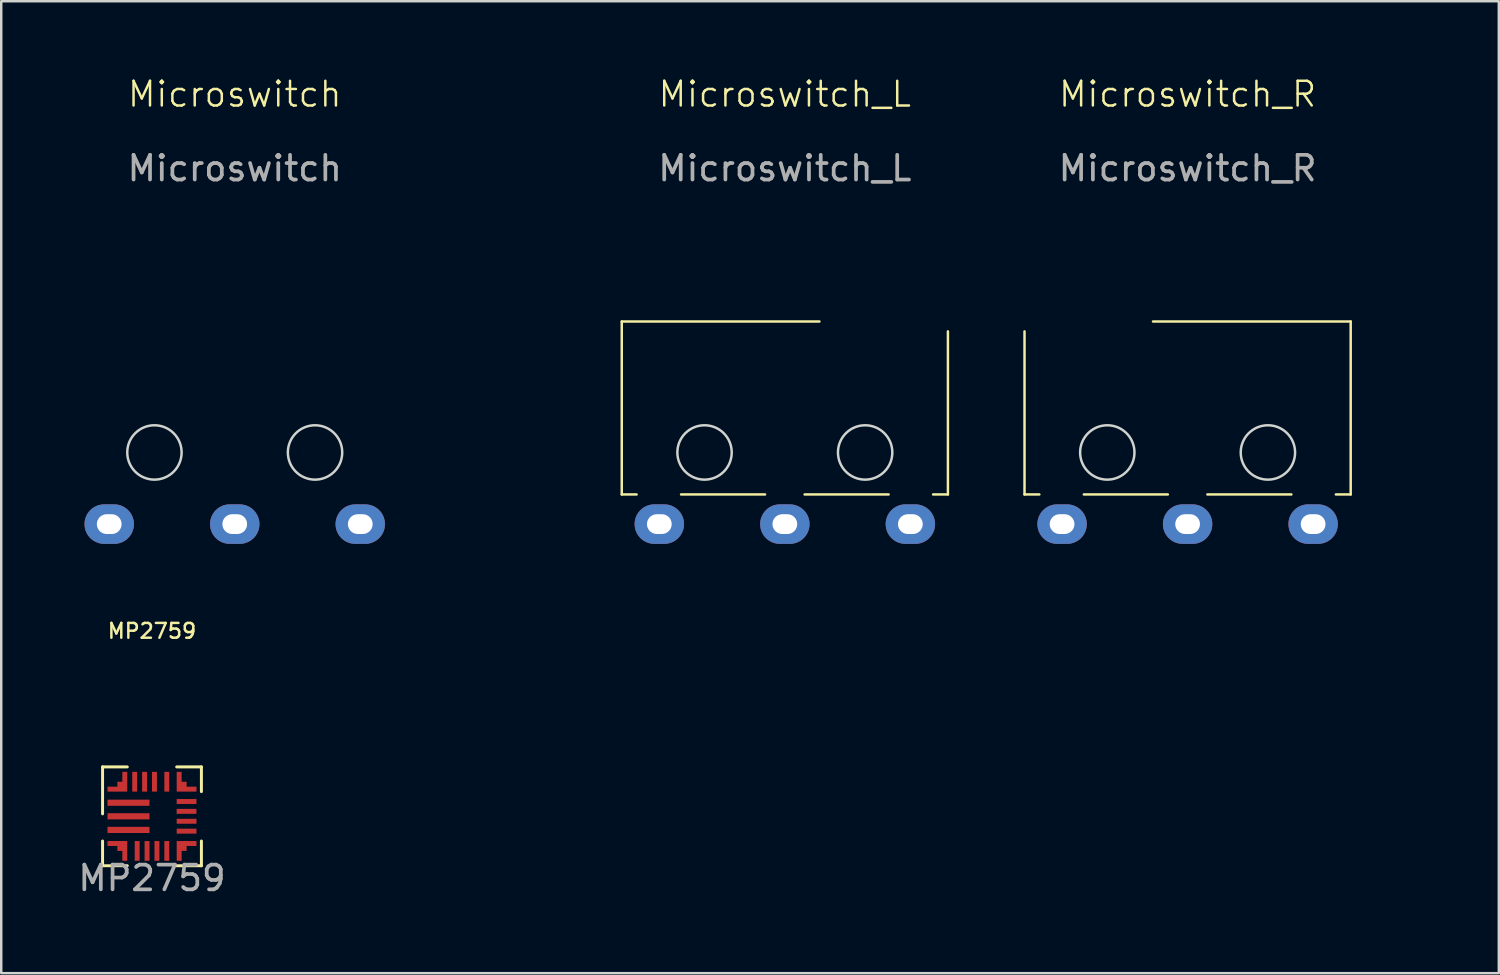
<source format=kicad_pcb>
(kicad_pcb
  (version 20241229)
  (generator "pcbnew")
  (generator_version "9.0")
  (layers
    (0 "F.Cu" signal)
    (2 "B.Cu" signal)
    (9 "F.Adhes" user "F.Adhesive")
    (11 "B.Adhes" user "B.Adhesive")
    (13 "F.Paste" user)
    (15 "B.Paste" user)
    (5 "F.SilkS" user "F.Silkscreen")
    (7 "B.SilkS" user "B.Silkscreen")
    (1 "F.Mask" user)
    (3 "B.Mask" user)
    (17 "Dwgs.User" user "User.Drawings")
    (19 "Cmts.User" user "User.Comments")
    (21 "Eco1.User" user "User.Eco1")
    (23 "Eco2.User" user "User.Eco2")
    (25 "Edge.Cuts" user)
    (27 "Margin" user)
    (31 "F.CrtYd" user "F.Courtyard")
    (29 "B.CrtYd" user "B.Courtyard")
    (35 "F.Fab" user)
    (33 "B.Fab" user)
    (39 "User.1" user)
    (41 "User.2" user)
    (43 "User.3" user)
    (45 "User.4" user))
  (footprint "Microswitch_R"
    (layer "F.Cu")
    (at 45.013 10.161)
    (property "Reference" "Microswitch_R" (at 0 -9.4 0) (unlocked yes) (layer "F.SilkS") (effects (font (size 1 1) (thickness 0.1))))
    (attr through_hole)
    (fp_line (start -6.6 0.2) (end -6.6 6.8) (stroke (width 0.1) (type default)) (layer "F.SilkS"))
    (fp_line (start -6 6.8) (end -6.6 6.8) (stroke (width 0.1) (type default)) (layer "F.SilkS"))
    (fp_line (start -4.2 6.8) (end -0.8 6.8) (stroke (width 0.1) (type default)) (layer "F.SilkS"))
    (fp_line (start -1.4 -0.2) (end 6.6 -0.2) (stroke (width 0.1) (type default)) (layer "F.SilkS"))
    (fp_line (start 0.8 6.8) (end 4.2 6.8) (stroke (width 0.1) (type default)) (layer "F.SilkS"))
    (fp_line (start 6.6 -0.2) (end 6.6 6.8) (stroke (width 0.1) (type default)) (layer "F.SilkS"))
    (fp_line (start 6.6 6.8) (end 6 6.8) (stroke (width 0.1) (type default)) (layer "F.SilkS"))
    (fp_line (start -6.4 0) (end 6.4 0) (stroke (width 0.1) (type default)) (layer "Eco1.User"))
    (fp_line (start -6.4 6.6) (end -6.4 0) (stroke (width 0.1) (type default)) (layer "Eco1.User"))
    (fp_line (start -6.4 6.6) (end 6.4 6.6) (stroke (width 0.1) (type default)) (layer "Eco1.User"))
    (fp_line (start -5.8 -0.2) (end 7.8 -2.8) (stroke (width 0.1) (type default)) (layer "Eco1.User"))
    (fp_line (start -2.6 -0.4) (end -2.6 0) (stroke (width 0.1) (type default)) (layer "Eco1.User"))
    (fp_line (start -1.95 -0.4) (end -1.95 0) (stroke (width 0.1) (type default)) (layer "Eco1.User"))
    (fp_line (start 6.4 6.6) (end 6.4 0) (stroke (width 0.1) (type default)) (layer "Eco1.User"))
    (fp_line (start 7.8 -2.8) (end 8 -3.8) (stroke (width 0.1) (type default)) (layer "Eco1.User"))
    (fp_arc (start -5.882842 0) (mid -5.861312 -0.108239) (end -5.799999 -0.199999) (stroke (width 0.1) (type default)) (layer "Eco1.User"))
    (fp_arc (start -2.6 -0.4) (mid -2.275 -0.725) (end -1.95 -0.4) (stroke (width 0.1) (type default)) (layer "Eco1.User"))
    (fp_arc (start 8 -3.8) (mid 8.744422 -4.292699) (end 9.544208 -3.896139) (stroke (width 0.1) (type default)) (layer "Eco1.User"))
    (fp_circle (center -3.25 5.1) (end -2.25 5.1) (stroke (width 0.1) (type default)) (fill no) (layer "Eco1.User"))
    (fp_circle (center 3.25 5.1) (end 4.25 5.1) (stroke (width 0.1) (type default)) (fill no) (layer "Eco1.User"))
    (fp_circle (center -3.25 5.1) (end -2.15 5.1) (stroke (width 0.1) (type default)) (fill no) (layer "Edge.Cuts"))
    (fp_circle (center 3.25 5.1) (end 4.35 5.1) (stroke (width 0.1) (type default)) (fill no) (layer "Edge.Cuts"))
    (fp_text user "${REFERENCE}" (at 0 -6.4 0) (unlocked yes) (layer "F.Fab") (effects (font (size 1 1) (thickness 0.15))))
    (pad "1" thru_hole oval (at 0 8) (size 2 1.6) (drill oval 1 0.8) (layers "*.Cu" "*.Mask"))
    (pad "2" thru_hole oval (at -5.08 8) (size 2 1.6) (drill oval 1 0.8) (layers "*.Cu" "*.Mask"))
    (pad "3" thru_hole oval (at 5.08 8) (size 2 1.6) (drill oval 1 0.8) (layers "*.Cu" "*.Mask")))
  (footprint "Microswitch_L"
    (layer "F.Cu")
    (at 28.713 10.161)
    (property "Reference" "Microswitch_L" (at 0 -9.4 0) (unlocked yes) (layer "F.SilkS") (effects (font (size 1 1) (thickness 0.1))))
    (attr through_hole)
    (fp_line (start -6.6 -0.2) (end -6.6 6.8) (stroke (width 0.1) (type default)) (layer "F.SilkS"))
    (fp_line (start -6.6 -0.2) (end 1.4 -0.2) (stroke (width 0.1) (type default)) (layer "F.SilkS"))
    (fp_line (start -6 6.8) (end -6.6 6.8) (stroke (width 0.1) (type default)) (layer "F.SilkS"))
    (fp_line (start -4.2 6.8) (end -0.8 6.8) (stroke (width 0.1) (type default)) (layer "F.SilkS"))
    (fp_line (start 0.8 6.8) (end 4.2 6.8) (stroke (width 0.1) (type default)) (layer "F.SilkS"))
    (fp_line (start 6.6 0.2) (end 6.6 6.8) (stroke (width 0.1) (type default)) (layer "F.SilkS"))
    (fp_line (start 6.6 6.8) (end 6 6.8) (stroke (width 0.1) (type default)) (layer "F.SilkS"))
    (fp_line (start -7.875 -2.8) (end -8.075 -3.8) (stroke (width 0.1) (type default)) (layer "Eco1.User"))
    (fp_line (start -6.4 0) (end 6.4 0) (stroke (width 0.1) (type default)) (layer "Eco1.User"))
    (fp_line (start -6.4 6.6) (end -6.4 0) (stroke (width 0.1) (type default)) (layer "Eco1.User"))
    (fp_line (start -6.4 6.6) (end 6.4 6.6) (stroke (width 0.1) (type default)) (layer "Eco1.User"))
    (fp_line (start 1.875 -0.4) (end 1.875 0) (stroke (width 0.1) (type default)) (layer "Eco1.User"))
    (fp_line (start 2.525 -0.4) (end 2.525 0) (stroke (width 0.1) (type default)) (layer "Eco1.User"))
    (fp_line (start 5.725 -0.2) (end -7.875 -2.8) (stroke (width 0.1) (type default)) (layer "Eco1.User"))
    (fp_line (start 6.4 6.6) (end 6.4 0) (stroke (width 0.1) (type default)) (layer "Eco1.User"))
    (fp_arc (start -9.619208 -3.896139) (mid -8.819422 -4.292698) (end -8.075 -3.8) (stroke (width 0.1) (type default)) (layer "Eco1.User"))
    (fp_arc (start 1.875 -0.4) (mid 2.2 -0.725) (end 2.525 -0.4) (stroke (width 0.1) (type default)) (layer "Eco1.User"))
    (fp_arc (start 5.724999 -0.199999) (mid 5.786312 -0.108239) (end 5.807842 0) (stroke (width 0.1) (type default)) (layer "Eco1.User"))
    (fp_circle (center -3.25 5.1) (end -2.25 5.1) (stroke (width 0.1) (type default)) (fill no) (layer "Eco1.User"))
    (fp_circle (center 3.25 5.1) (end 4.25 5.1) (stroke (width 0.1) (type default)) (fill no) (layer "Eco1.User"))
    (fp_circle (center -3.25 5.1) (end -2.15 5.1) (stroke (width 0.1) (type default)) (fill no) (layer "Edge.Cuts"))
    (fp_circle (center 3.25 5.1) (end 4.35 5.1) (stroke (width 0.1) (type default)) (fill no) (layer "Edge.Cuts"))
    (fp_text user "${REFERENCE}" (at 0 -6.4 0) (unlocked yes) (layer "F.Fab") (effects (font (size 1 1) (thickness 0.15))))
    (pad "1" thru_hole oval (at 0 8) (size 2 1.6) (drill oval 1 0.8) (layers "*.Cu" "*.Mask"))
    (pad "2" thru_hole oval (at 5.08 8) (size 2 1.6) (drill oval 1 0.8) (layers "*.Cu" "*.Mask"))
    (pad "3" thru_hole oval (at -5.08 8) (size 2 1.6) (drill oval 1 0.8) (layers "*.Cu" "*.Mask")))
  (footprint "MP2759"
    (layer "F.Cu")
    (at 3.101 29.987)
    (property "Reference" "MP2759" (at 0 -7.5 0) (unlocked yes) (layer "F.SilkS") (effects (font (size 0.6 0.6) (thickness 0.1))))
    (attr smd)
    (fp_line (start -2 -2) (end -2 -0.1) (stroke (width 0.12) (type solid)) (layer "F.SilkS"))
    (fp_line (start -2 -2) (end -1 -2) (stroke (width 0.12) (type solid)) (layer "F.SilkS"))
    (fp_line (start -2 2) (end -2 1) (stroke (width 0.12) (type solid)) (layer "F.SilkS"))
    (fp_line (start -2 2) (end -1 2) (stroke (width 0.12) (type solid)) (layer "F.SilkS"))
    (fp_line (start 2 -2) (end 1 -2) (stroke (width 0.12) (type solid)) (layer "F.SilkS"))
    (fp_line (start 2 -2) (end 2 -1) (stroke (width 0.12) (type solid)) (layer "F.SilkS"))
    (fp_line (start 2 2) (end 1 2) (stroke (width 0.12) (type solid)) (layer "F.SilkS"))
    (fp_line (start 2 2) (end 2 1) (stroke (width 0.12) (type solid)) (layer "F.SilkS"))
    (fp_text user "${REFERENCE}" (at 0 2.5 0) (unlocked yes) (layer "F.Fab") (effects (font (size 1 1) (thickness 0.15))))
    (pad "1" smd rect (at -0.95 -0.55) (size 1.7 0.25) (layers "F.Cu" "F.Mask" "F.Paste"))
    (pad "2" smd rect (at -0.95 0) (size 1.7 0.25) (layers "F.Cu" "F.Mask" "F.Paste"))
    (pad "3" smd rect (at -0.95 0.55) (size 1.7 0.25) (layers "F.Cu" "F.Mask" "F.Paste"))
    (pad "4" smd custom (at -1.2 1.2 270) (size 0.4 0.4) (layers "F.Cu" "F.Mask" "F.Paste") (options (anchor rect)) (primitives (gr_poly (pts (xy 0 0) (xy 0.6 0) (xy 0.6 -0.2) (xy 0 -0.2)) (width 0) (fill yes)) (gr_poly (pts (xy 0 0) (xy 0 0.6) (xy -0.2 0.6) (xy -0.2 0)) (width 0) (fill yes))))
    (pad "5" smd rect (at -0.6 1.4 90) (size 0.8 0.2) (layers "F.Cu" "F.Mask" "F.Paste"))
    (pad "6" smd rect (at -0.2 1.4 90) (size 0.8 0.2) (layers "F.Cu" "F.Mask" "F.Paste"))
    (pad "7" smd rect (at 0.2 1.4 90) (size 0.8 0.2) (layers "F.Cu" "F.Mask" "F.Paste"))
    (pad "8" smd rect (at 0.6 1.4 90) (size 0.8 0.2) (layers "F.Cu" "F.Mask" "F.Paste"))
    (pad "9" smd custom (at 1.2 1.2) (size 0.4 0.4) (layers "F.Cu" "F.Mask" "F.Paste") (options (anchor rect)) (primitives (gr_poly (pts (xy 0 0) (xy 0.6 0) (xy 0.6 -0.2) (xy 0 -0.2)) (width 0) (fill yes)) (gr_poly (pts (xy 0 0) (xy 0 0.6) (xy -0.2 0.6) (xy -0.2 0)) (width 0) (fill yes))))
    (pad "10" smd rect (at 1.4 0.6) (size 0.8 0.2) (layers "F.Cu" "F.Mask" "F.Paste"))
    (pad "11" smd rect (at 1.4 0.2) (size 0.8 0.2) (layers "F.Cu" "F.Mask" "F.Paste"))
    (pad "12" smd rect (at 1.398 -0.201) (size 0.8 0.2) (layers "F.Cu" "F.Mask" "F.Paste"))
    (pad "13" smd rect (at 1.4 -0.6) (size 0.8 0.2) (layers "F.Cu" "F.Mask" "F.Paste"))
    (pad "14" smd custom (at 1.2 -1.2 90) (size 0.4 0.4) (layers "F.Cu" "F.Mask" "F.Paste") (options (anchor rect)) (primitives (gr_poly (pts (xy 0 0) (xy 0.6 0) (xy 0.6 -0.2) (xy 0 -0.2)) (width 0) (fill yes)) (gr_poly (pts (xy 0 0) (xy 0 0.6) (xy -0.2 0.6) (xy -0.2 0)) (width 0) (fill yes))))
    (pad "15" smd rect (at 0.6 -1.4 90) (size 0.8 0.2) (layers "F.Cu" "F.Mask" "F.Paste"))
    (pad "16" smd rect (at 0.1 -1.4 90) (size 0.8 0.2) (layers "F.Cu" "F.Mask" "F.Paste"))
    (pad "17" smd rect (at -0.3 -1.4 90) (size 0.8 0.2) (layers "F.Cu" "F.Mask" "F.Paste"))
    (pad "18" smd rect (at -0.7 -1.4 90) (size 0.8 0.2) (layers "F.Cu" "F.Mask" "F.Paste"))
    (pad "19" smd custom (at -1.2 -1.2 180) (size 0.4 0.4) (layers "F.Cu" "F.Mask" "F.Paste") (options (anchor rect)) (primitives (gr_poly (pts (xy 0 0) (xy 0.6 0) (xy 0.6 -0.2) (xy 0 -0.2)) (width 0) (fill yes)) (gr_poly (pts (xy 0 0) (xy 0 0.6) (xy -0.2 0.6) (xy -0.2 0)) (width 0) (fill yes)))))
  (footprint "Microswitch"
    (layer "F.Cu")
    (at 6.45 10.161)
    (property "Reference" "Microswitch" (at 0 -9.4 0) (unlocked yes) (layer "F.SilkS") (effects (font (size 1 1) (thickness 0.1))))
    (attr through_hole)
    (fp_line (start -6.4 0) (end 6.4 0) (stroke (width 0.1) (type default)) (layer "Eco1.User"))
    (fp_line (start -6.4 6.6) (end -6.4 0) (stroke (width 0.1) (type default)) (layer "Eco1.User"))
    (fp_line (start -6.4 6.6) (end 6.4 6.6) (stroke (width 0.1) (type default)) (layer "Eco1.User"))
    (fp_line (start -5.8 -0.2) (end 7.8 -2.8) (stroke (width 0.1) (type default)) (layer "Eco1.User"))
    (fp_line (start -2.6 -0.4) (end -2.6 0) (stroke (width 0.1) (type default)) (layer "Eco1.User"))
    (fp_line (start -1.95 -0.4) (end -1.95 0) (stroke (width 0.1) (type default)) (layer "Eco1.User"))
    (fp_line (start 6.4 6.6) (end 6.4 0) (stroke (width 0.1) (type default)) (layer "Eco1.User"))
    (fp_line (start 7.8 -2.8) (end 8 -3.8) (stroke (width 0.1) (type default)) (layer "Eco1.User"))
    (fp_arc (start -5.882842 0) (mid -5.861312 -0.108239) (end -5.799999 -0.199999) (stroke (width 0.1) (type default)) (layer "Eco1.User"))
    (fp_arc (start -2.6 -0.4) (mid -2.275 -0.725) (end -1.95 -0.4) (stroke (width 0.1) (type default)) (layer "Eco1.User"))
    (fp_arc (start 8 -3.8) (mid 8.744422 -4.292699) (end 9.544208 -3.896139) (stroke (width 0.1) (type default)) (layer "Eco1.User"))
    (fp_circle (center -3.25 5.1) (end -2.25 5.1) (stroke (width 0.1) (type default)) (fill no) (layer "Eco1.User"))
    (fp_circle (center 3.25 5.1) (end 4.25 5.1) (stroke (width 0.1) (type default)) (fill no) (layer "Eco1.User"))
    (fp_circle (center -3.25 5.1) (end -2.15 5.1) (stroke (width 0.1) (type default)) (fill no) (layer "Edge.Cuts"))
    (fp_circle (center 3.25 5.1) (end 4.35 5.1) (stroke (width 0.1) (type default)) (fill no) (layer "Edge.Cuts"))
    (fp_text user "${REFERENCE}" (at 0 -6.4 0) (unlocked yes) (layer "F.Fab") (effects (font (size 1 1) (thickness 0.15))))
    (pad "1" thru_hole oval (at -5.08 8) (size 2 1.6) (drill oval 1 0.8) (layers "*.Cu" "*.Mask"))
    (pad "2" thru_hole oval (at 0 8) (size 2 1.6) (drill oval 1 0.8) (layers "*.Cu" "*.Mask"))
    (pad "3" thru_hole oval (at 5.08 8) (size 2 1.6) (drill oval 1 0.8) (layers "*.Cu" "*.Mask")))
  (gr_rect
    (start -3 -3)
    (end 57.608 36.335)
    (stroke (width 0.1) (type default))
    (fill no)
    (layer "Edge.Cuts")))
</source>
